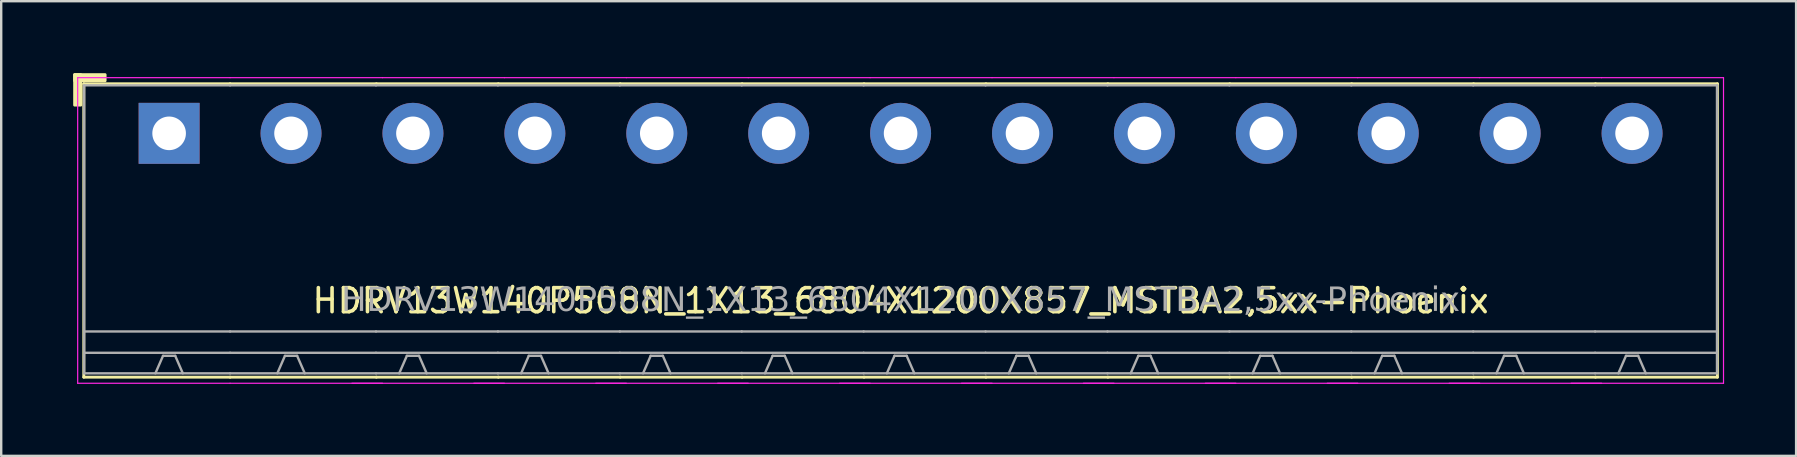
<source format=kicad_pcb>
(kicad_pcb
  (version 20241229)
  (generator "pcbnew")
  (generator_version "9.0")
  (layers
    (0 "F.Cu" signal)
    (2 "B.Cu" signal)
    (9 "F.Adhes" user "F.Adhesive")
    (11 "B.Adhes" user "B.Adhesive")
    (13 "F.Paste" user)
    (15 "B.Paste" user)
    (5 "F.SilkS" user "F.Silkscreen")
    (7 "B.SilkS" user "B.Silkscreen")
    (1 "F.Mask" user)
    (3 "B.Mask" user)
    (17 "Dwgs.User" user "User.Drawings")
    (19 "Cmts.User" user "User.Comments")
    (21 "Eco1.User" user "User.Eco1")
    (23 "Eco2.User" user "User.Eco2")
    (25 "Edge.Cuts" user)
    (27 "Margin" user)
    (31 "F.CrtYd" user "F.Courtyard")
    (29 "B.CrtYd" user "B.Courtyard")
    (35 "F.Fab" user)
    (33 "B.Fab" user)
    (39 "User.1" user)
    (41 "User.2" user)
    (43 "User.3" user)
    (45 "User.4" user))
  (footprint "HDRV13W140P508N_1X13_6804X1200X857_MSTBA2,5xx-Phoenix"
    (layer "F.Cu")
    (at 34.477 2.506)
    (property "Reference" "HDRV13W140P508N_1X13_6804X1200X857_MSTBA2,5xx-Phoenix" (at 0 6.975 0) (layer "F.SilkS") (effects (font (size 1 1) (thickness 0.15))))
    (attr through_hole)
    (fp_line (start -34.036 -2.065) (end -34.036 10.16) (stroke (width 0.12) (type solid)) (layer "F.SilkS"))
    (fp_line (start -34.036 10.16) (end -27.94 10.16) (stroke (width 0.12) (type solid)) (layer "F.SilkS"))
    (fp_line (start -27.94 -2.065) (end -34.036 -2.065) (stroke (width 0.12) (type solid)) (layer "F.SilkS"))
    (fp_line (start -27.94 -2.065) (end -21.844 -2.065) (stroke (width 0.12) (type solid)) (layer "F.SilkS"))
    (fp_line (start -21.844 -2.065) (end -16.764 -2.065) (stroke (width 0.12) (type solid)) (layer "F.SilkS"))
    (fp_line (start -21.844 10.16) (end -27.94 10.16) (stroke (width 0.12) (type solid)) (layer "F.SilkS"))
    (fp_line (start -16.764 -2.065) (end -11.684 -2.065) (stroke (width 0.12) (type solid)) (layer "F.SilkS"))
    (fp_line (start -16.764 10.16) (end -21.844 10.16) (stroke (width 0.12) (type solid)) (layer "F.SilkS"))
    (fp_line (start -11.684 -2.065) (end -6.604 -2.065) (stroke (width 0.12) (type solid)) (layer "F.SilkS"))
    (fp_line (start -11.684 10.16) (end -16.764 10.16) (stroke (width 0.12) (type solid)) (layer "F.SilkS"))
    (fp_line (start -6.604 -2.065) (end -1.524 -2.065) (stroke (width 0.12) (type solid)) (layer "F.SilkS"))
    (fp_line (start -6.604 10.16) (end -11.684 10.16) (stroke (width 0.12) (type solid)) (layer "F.SilkS"))
    (fp_line (start -1.524 -2.065) (end 3.556 -2.065) (stroke (width 0.12) (type solid)) (layer "F.SilkS"))
    (fp_line (start -1.524 10.16) (end -6.604 10.16) (stroke (width 0.12) (type solid)) (layer "F.SilkS"))
    (fp_line (start 3.556 -2.065) (end 8.636 -2.065) (stroke (width 0.12) (type solid)) (layer "F.SilkS"))
    (fp_line (start 3.556 10.16) (end -1.524 10.16) (stroke (width 0.12) (type solid)) (layer "F.SilkS"))
    (fp_line (start 8.636 -2.065) (end 13.716 -2.065) (stroke (width 0.12) (type solid)) (layer "F.SilkS"))
    (fp_line (start 8.636 10.16) (end 3.556 10.16) (stroke (width 0.12) (type solid)) (layer "F.SilkS"))
    (fp_line (start 13.716 -2.065) (end 18.796 -2.065) (stroke (width 0.12) (type solid)) (layer "F.SilkS"))
    (fp_line (start 13.716 10.16) (end 8.636 10.16) (stroke (width 0.12) (type solid)) (layer "F.SilkS"))
    (fp_line (start 18.796 -2.065) (end 23.876 -2.065) (stroke (width 0.12) (type solid)) (layer "F.SilkS"))
    (fp_line (start 18.796 10.16) (end 13.716 10.16) (stroke (width 0.12) (type solid)) (layer "F.SilkS"))
    (fp_line (start 23.876 -2.065) (end 28.956 -2.065) (stroke (width 0.12) (type solid)) (layer "F.SilkS"))
    (fp_line (start 23.876 10.16) (end 18.796 10.16) (stroke (width 0.12) (type solid)) (layer "F.SilkS"))
    (fp_line (start 28.956 -2.065) (end 34.036 -2.065) (stroke (width 0.12) (type solid)) (layer "F.SilkS"))
    (fp_line (start 28.956 10.16) (end 23.876 10.16) (stroke (width 0.12) (type solid)) (layer "F.SilkS"))
    (fp_line (start 34.036 -2.065) (end 34.036 10.16) (stroke (width 0.12) (type solid)) (layer "F.SilkS"))
    (fp_line (start 34.036 10.16) (end 28.956 10.16) (stroke (width 0.12) (type solid)) (layer "F.SilkS"))
    (fp_rect (start -34.417 -2.446) (end -34.163 -1.176) (stroke (width 0.12) (type solid)) (fill yes) (layer "F.SilkS"))
    (fp_rect (start -34.417 -2.446) (end -33.147 -2.192) (stroke (width 0.12) (type solid)) (fill yes) (layer "F.SilkS"))
    (fp_line (start -34.29 10.414) (end -34.29 -2.319) (stroke (width 0.05) (type solid)) (layer "F.CrtYd"))
    (fp_line (start -27.94 -2.319) (end -34.29 -2.319) (stroke (width 0.05) (type solid)) (layer "F.CrtYd"))
    (fp_line (start -27.94 -2.319) (end -21.59 -2.319) (stroke (width 0.05) (type solid)) (layer "F.CrtYd"))
    (fp_line (start -27.94 10.414) (end -34.29 10.414) (stroke (width 0.05) (type solid)) (layer "F.CrtYd"))
    (fp_line (start -27.94 10.414) (end -21.59 10.414) (stroke (width 0.05) (type solid)) (layer "F.CrtYd"))
    (fp_line (start -22.86 10.414) (end -16.51 10.414) (stroke (width 0.05) (type solid)) (layer "F.CrtYd"))
    (fp_line (start -21.59 -2.319) (end -16.51 -2.319) (stroke (width 0.05) (type solid)) (layer "F.CrtYd"))
    (fp_line (start -17.78 10.414) (end -11.43 10.414) (stroke (width 0.05) (type solid)) (layer "F.CrtYd"))
    (fp_line (start -16.51 -2.319) (end -11.43 -2.319) (stroke (width 0.05) (type solid)) (layer "F.CrtYd"))
    (fp_line (start -12.7 10.414) (end -6.35 10.414) (stroke (width 0.05) (type solid)) (layer "F.CrtYd"))
    (fp_line (start -11.43 -2.319) (end -6.35 -2.319) (stroke (width 0.05) (type solid)) (layer "F.CrtYd"))
    (fp_line (start -7.62 10.414) (end -1.27 10.414) (stroke (width 0.05) (type solid)) (layer "F.CrtYd"))
    (fp_line (start -6.35 -2.319) (end -1.27 -2.319) (stroke (width 0.05) (type solid)) (layer "F.CrtYd"))
    (fp_line (start -2.54 10.414) (end 3.81 10.414) (stroke (width 0.05) (type solid)) (layer "F.CrtYd"))
    (fp_line (start -1.27 -2.319) (end 3.81 -2.319) (stroke (width 0.05) (type solid)) (layer "F.CrtYd"))
    (fp_line (start 2.54 10.414) (end 8.89 10.414) (stroke (width 0.05) (type solid)) (layer "F.CrtYd"))
    (fp_line (start 3.81 -2.319) (end 8.89 -2.319) (stroke (width 0.05) (type solid)) (layer "F.CrtYd"))
    (fp_line (start 7.62 10.414) (end 13.97 10.414) (stroke (width 0.05) (type solid)) (layer "F.CrtYd"))
    (fp_line (start 8.89 -2.319) (end 13.97 -2.319) (stroke (width 0.05) (type solid)) (layer "F.CrtYd"))
    (fp_line (start 12.7 10.414) (end 19.05 10.414) (stroke (width 0.05) (type solid)) (layer "F.CrtYd"))
    (fp_line (start 13.97 -2.319) (end 19.05 -2.319) (stroke (width 0.05) (type solid)) (layer "F.CrtYd"))
    (fp_line (start 17.78 10.414) (end 24.13 10.414) (stroke (width 0.05) (type solid)) (layer "F.CrtYd"))
    (fp_line (start 19.05 -2.319) (end 24.13 -2.319) (stroke (width 0.05) (type solid)) (layer "F.CrtYd"))
    (fp_line (start 22.86 10.414) (end 29.21 10.414) (stroke (width 0.05) (type solid)) (layer "F.CrtYd"))
    (fp_line (start 24.13 -2.319) (end 29.21 -2.319) (stroke (width 0.05) (type solid)) (layer "F.CrtYd"))
    (fp_line (start 27.94 10.414) (end 34.29 10.414) (stroke (width 0.05) (type solid)) (layer "F.CrtYd"))
    (fp_line (start 29.21 -2.319) (end 34.29 -2.319) (stroke (width 0.05) (type solid)) (layer "F.CrtYd"))
    (fp_line (start 34.29 10.414) (end 34.29 -2.319) (stroke (width 0.05) (type solid)) (layer "F.CrtYd"))
    (fp_line (start -34.02 -2) (end -34.02 10) (stroke (width 0.1) (type solid)) (layer "F.Fab"))
    (fp_line (start -30.734 9.271) (end -31.052 10) (stroke (width 0.1) (type default)) (layer "F.Fab"))
    (fp_line (start -30.226 9.271) (end -30.734 9.271) (stroke (width 0.1) (type default)) (layer "F.Fab"))
    (fp_line (start -30.226 9.271) (end -29.909 10) (stroke (width 0.1) (type default)) (layer "F.Fab"))
    (fp_line (start -27.94 -2) (end -34.02 -2) (stroke (width 0.1) (type solid)) (layer "F.Fab"))
    (fp_line (start -27.94 -2) (end -21.86 -2) (stroke (width 0.1) (type solid)) (layer "F.Fab"))
    (fp_line (start -27.94 8.255) (end -34.02 8.255) (stroke (width 0.1) (type solid)) (layer "F.Fab"))
    (fp_line (start -27.94 8.255) (end -21.86 8.255) (stroke (width 0.1) (type solid)) (layer "F.Fab"))
    (fp_line (start -27.94 9.144) (end -34.02 9.144) (stroke (width 0.1) (type solid)) (layer "F.Fab"))
    (fp_line (start -27.94 9.144) (end -21.86 9.144) (stroke (width 0.1) (type solid)) (layer "F.Fab"))
    (fp_line (start -27.94 10) (end -34.02 10) (stroke (width 0.1) (type solid)) (layer "F.Fab"))
    (fp_line (start -27.94 10) (end -21.86 10) (stroke (width 0.1) (type solid)) (layer "F.Fab"))
    (fp_line (start -25.654 9.271) (end -25.971 10) (stroke (width 0.1) (type default)) (layer "F.Fab"))
    (fp_line (start -25.146 9.271) (end -25.654 9.271) (stroke (width 0.1) (type default)) (layer "F.Fab"))
    (fp_line (start -25.146 9.271) (end -24.828 10) (stroke (width 0.1) (type default)) (layer "F.Fab"))
    (fp_line (start -21.86 -2) (end -16.78 -2) (stroke (width 0.1) (type solid)) (layer "F.Fab"))
    (fp_line (start -21.86 8.255) (end -16.78 8.255) (stroke (width 0.1) (type solid)) (layer "F.Fab"))
    (fp_line (start -21.86 9.144) (end -16.78 9.144) (stroke (width 0.1) (type solid)) (layer "F.Fab"))
    (fp_line (start -21.86 10) (end -16.78 10) (stroke (width 0.1) (type solid)) (layer "F.Fab"))
    (fp_line (start -20.574 9.271) (end -20.892 10) (stroke (width 0.1) (type default)) (layer "F.Fab"))
    (fp_line (start -20.066 9.271) (end -20.574 9.271) (stroke (width 0.1) (type default)) (layer "F.Fab"))
    (fp_line (start -20.066 9.271) (end -19.748 10) (stroke (width 0.1) (type default)) (layer "F.Fab"))
    (fp_line (start -16.78 -2) (end -11.7 -2) (stroke (width 0.1) (type solid)) (layer "F.Fab"))
    (fp_line (start -16.78 8.255) (end -11.7 8.255) (stroke (width 0.1) (type solid)) (layer "F.Fab"))
    (fp_line (start -16.78 9.144) (end -11.7 9.144) (stroke (width 0.1) (type solid)) (layer "F.Fab"))
    (fp_line (start -16.78 10) (end -11.7 10) (stroke (width 0.1) (type solid)) (layer "F.Fab"))
    (fp_line (start -15.494 9.271) (end -15.812 10) (stroke (width 0.1) (type default)) (layer "F.Fab"))
    (fp_line (start -14.986 9.271) (end -15.494 9.271) (stroke (width 0.1) (type default)) (layer "F.Fab"))
    (fp_line (start -14.986 9.271) (end -14.668 10) (stroke (width 0.1) (type default)) (layer "F.Fab"))
    (fp_line (start -11.7 -2) (end -6.62 -2) (stroke (width 0.1) (type solid)) (layer "F.Fab"))
    (fp_line (start -11.7 8.255) (end -6.62 8.255) (stroke (width 0.1) (type solid)) (layer "F.Fab"))
    (fp_line (start -11.7 9.144) (end -6.62 9.144) (stroke (width 0.1) (type solid)) (layer "F.Fab"))
    (fp_line (start -11.7 10) (end -6.62 10) (stroke (width 0.1) (type solid)) (layer "F.Fab"))
    (fp_line (start -10.414 9.271) (end -10.732 10) (stroke (width 0.1) (type default)) (layer "F.Fab"))
    (fp_line (start -9.906 9.271) (end -10.414 9.271) (stroke (width 0.1) (type default)) (layer "F.Fab"))
    (fp_line (start -9.906 9.271) (end -9.588 10) (stroke (width 0.1) (type default)) (layer "F.Fab"))
    (fp_line (start -6.62 -2) (end -1.54 -2) (stroke (width 0.1) (type solid)) (layer "F.Fab"))
    (fp_line (start -6.62 8.255) (end -1.54 8.255) (stroke (width 0.1) (type solid)) (layer "F.Fab"))
    (fp_line (start -6.62 9.144) (end -1.54 9.144) (stroke (width 0.1) (type solid)) (layer "F.Fab"))
    (fp_line (start -6.62 10) (end -1.54 10) (stroke (width 0.1) (type solid)) (layer "F.Fab"))
    (fp_line (start -5.334 9.271) (end -5.652 10) (stroke (width 0.1) (type default)) (layer "F.Fab"))
    (fp_line (start -4.826 9.271) (end -5.334 9.271) (stroke (width 0.1) (type default)) (layer "F.Fab"))
    (fp_line (start -4.826 9.271) (end -4.508 10) (stroke (width 0.1) (type default)) (layer "F.Fab"))
    (fp_line (start -1.54 -2) (end 3.54 -2) (stroke (width 0.1) (type solid)) (layer "F.Fab"))
    (fp_line (start -1.54 8.255) (end 3.54 8.255) (stroke (width 0.1) (type solid)) (layer "F.Fab"))
    (fp_line (start -1.54 9.144) (end 3.54 9.144) (stroke (width 0.1) (type solid)) (layer "F.Fab"))
    (fp_line (start -1.54 10) (end 3.54 10) (stroke (width 0.1) (type solid)) (layer "F.Fab"))
    (fp_line (start -0.254 9.271) (end -0.572 10) (stroke (width 0.1) (type default)) (layer "F.Fab"))
    (fp_line (start 0.254 9.271) (end -0.254 9.271) (stroke (width 0.1) (type default)) (layer "F.Fab"))
    (fp_line (start 0.254 9.271) (end 0.572 10) (stroke (width 0.1) (type default)) (layer "F.Fab"))
    (fp_line (start 3.54 -2) (end 8.62 -2) (stroke (width 0.1) (type solid)) (layer "F.Fab"))
    (fp_line (start 3.54 8.255) (end 8.62 8.255) (stroke (width 0.1) (type solid)) (layer "F.Fab"))
    (fp_line (start 3.54 9.144) (end 8.62 9.144) (stroke (width 0.1) (type solid)) (layer "F.Fab"))
    (fp_line (start 3.54 10) (end 8.62 10) (stroke (width 0.1) (type solid)) (layer "F.Fab"))
    (fp_line (start 4.826 9.271) (end 4.508 10) (stroke (width 0.1) (type default)) (layer "F.Fab"))
    (fp_line (start 5.334 9.271) (end 4.826 9.271) (stroke (width 0.1) (type default)) (layer "F.Fab"))
    (fp_line (start 5.334 9.271) (end 5.652 10) (stroke (width 0.1) (type default)) (layer "F.Fab"))
    (fp_line (start 8.62 -2) (end 13.7 -2) (stroke (width 0.1) (type solid)) (layer "F.Fab"))
    (fp_line (start 8.62 8.255) (end 13.7 8.255) (stroke (width 0.1) (type solid)) (layer "F.Fab"))
    (fp_line (start 8.62 9.144) (end 13.7 9.144) (stroke (width 0.1) (type solid)) (layer "F.Fab"))
    (fp_line (start 8.62 10) (end 13.7 10) (stroke (width 0.1) (type solid)) (layer "F.Fab"))
    (fp_line (start 9.906 9.271) (end 9.588 10) (stroke (width 0.1) (type default)) (layer "F.Fab"))
    (fp_line (start 10.414 9.271) (end 9.906 9.271) (stroke (width 0.1) (type default)) (layer "F.Fab"))
    (fp_line (start 10.414 9.271) (end 10.732 10) (stroke (width 0.1) (type default)) (layer "F.Fab"))
    (fp_line (start 13.7 -2) (end 18.78 -2) (stroke (width 0.1) (type solid)) (layer "F.Fab"))
    (fp_line (start 13.7 8.255) (end 18.78 8.255) (stroke (width 0.1) (type solid)) (layer "F.Fab"))
    (fp_line (start 13.7 9.144) (end 18.78 9.144) (stroke (width 0.1) (type solid)) (layer "F.Fab"))
    (fp_line (start 13.7 10) (end 18.78 10) (stroke (width 0.1) (type solid)) (layer "F.Fab"))
    (fp_line (start 14.986 9.271) (end 14.668 10) (stroke (width 0.1) (type default)) (layer "F.Fab"))
    (fp_line (start 15.494 9.271) (end 14.986 9.271) (stroke (width 0.1) (type default)) (layer "F.Fab"))
    (fp_line (start 15.494 9.271) (end 15.812 10) (stroke (width 0.1) (type default)) (layer "F.Fab"))
    (fp_line (start 18.78 -2) (end 23.86 -2) (stroke (width 0.1) (type solid)) (layer "F.Fab"))
    (fp_line (start 18.78 8.255) (end 23.86 8.255) (stroke (width 0.1) (type solid)) (layer "F.Fab"))
    (fp_line (start 18.78 9.144) (end 23.86 9.144) (stroke (width 0.1) (type solid)) (layer "F.Fab"))
    (fp_line (start 18.78 10) (end 23.86 10) (stroke (width 0.1) (type solid)) (layer "F.Fab"))
    (fp_line (start 20.066 9.271) (end 19.748 10) (stroke (width 0.1) (type default)) (layer "F.Fab"))
    (fp_line (start 20.574 9.271) (end 20.066 9.271) (stroke (width 0.1) (type default)) (layer "F.Fab"))
    (fp_line (start 20.574 9.271) (end 20.892 10) (stroke (width 0.1) (type default)) (layer "F.Fab"))
    (fp_line (start 23.86 -2) (end 28.94 -2) (stroke (width 0.1) (type solid)) (layer "F.Fab"))
    (fp_line (start 23.86 8.255) (end 28.94 8.255) (stroke (width 0.1) (type solid)) (layer "F.Fab"))
    (fp_line (start 23.86 9.144) (end 28.94 9.144) (stroke (width 0.1) (type solid)) (layer "F.Fab"))
    (fp_line (start 23.86 10) (end 28.94 10) (stroke (width 0.1) (type solid)) (layer "F.Fab"))
    (fp_line (start 25.146 9.271) (end 24.828 10) (stroke (width 0.1) (type default)) (layer "F.Fab"))
    (fp_line (start 25.654 9.271) (end 25.146 9.271) (stroke (width 0.1) (type default)) (layer "F.Fab"))
    (fp_line (start 25.654 9.271) (end 25.971 10) (stroke (width 0.1) (type default)) (layer "F.Fab"))
    (fp_line (start 28.94 -2) (end 34.02 -2) (stroke (width 0.1) (type solid)) (layer "F.Fab"))
    (fp_line (start 28.94 8.255) (end 34.02 8.255) (stroke (width 0.1) (type solid)) (layer "F.Fab"))
    (fp_line (start 28.94 9.144) (end 34.02 9.144) (stroke (width 0.1) (type solid)) (layer "F.Fab"))
    (fp_line (start 28.94 10) (end 34.02 10) (stroke (width 0.1) (type solid)) (layer "F.Fab"))
    (fp_line (start 30.226 9.271) (end 29.909 10) (stroke (width 0.1) (type default)) (layer "F.Fab"))
    (fp_line (start 30.734 9.271) (end 30.226 9.271) (stroke (width 0.1) (type default)) (layer "F.Fab"))
    (fp_line (start 30.734 9.271) (end 31.052 10) (stroke (width 0.1) (type default)) (layer "F.Fab"))
    (fp_line (start 34.02 -2) (end 34.02 10) (stroke (width 0.1) (type solid)) (layer "F.Fab"))
    (fp_rect (start -30.734 -0.254) (end -30.226 0.254) (stroke (width 0.1) (type solid)) (fill no) (layer "F.Fab"))
    (fp_rect (start -25.146 -0.254) (end -25.654 0.254) (stroke (width 0.1) (type solid)) (fill no) (layer "F.Fab"))
    (fp_rect (start -20.066 -0.254) (end -20.574 0.254) (stroke (width 0.1) (type solid)) (fill no) (layer "F.Fab"))
    (fp_rect (start -14.986 -0.254) (end -15.494 0.254) (stroke (width 0.1) (type solid)) (fill no) (layer "F.Fab"))
    (fp_rect (start -9.906 -0.254) (end -10.414 0.254) (stroke (width 0.1) (type solid)) (fill no) (layer "F.Fab"))
    (fp_rect (start -4.826 -0.254) (end -5.334 0.254) (stroke (width 0.1) (type solid)) (fill no) (layer "F.Fab"))
    (fp_rect (start 0.254 -0.254) (end -0.254 0.254) (stroke (width 0.1) (type solid)) (fill no) (layer "F.Fab"))
    (fp_rect (start 5.334 -0.254) (end 4.826 0.254) (stroke (width 0.1) (type solid)) (fill no) (layer "F.Fab"))
    (fp_rect (start 10.414 -0.254) (end 9.906 0.254) (stroke (width 0.1) (type solid)) (fill no) (layer "F.Fab"))
    (fp_rect (start 15.494 -0.254) (end 14.986 0.254) (stroke (width 0.1) (type solid)) (fill no) (layer "F.Fab"))
    (fp_rect (start 20.574 -0.254) (end 20.066 0.254) (stroke (width 0.1) (type solid)) (fill no) (layer "F.Fab"))
    (fp_rect (start 25.654 -0.254) (end 25.146 0.254) (stroke (width 0.1) (type solid)) (fill no) (layer "F.Fab"))
    (fp_rect (start 30.734 -0.254) (end 30.226 0.254) (stroke (width 0.1) (type solid)) (fill no) (layer "F.Fab"))
    (fp_text user "${REFERENCE}" (at 0 6.985 0) (layer "F.Fab") (effects (font (face "Tahoma") (size 1 1) (thickness 0.15))))
    (pad "1" thru_hole rect (at -30.48 0) (size 2.54 2.54) (drill 1.4) (layers "*.Cu" "*.Mask"))
    (pad "2" thru_hole circle (at -25.4 0) (size 2.54 2.54) (drill 1.4) (layers "*.Cu" "*.Mask"))
    (pad "3" thru_hole circle (at -20.32 0) (size 2.54 2.54) (drill 1.4) (layers "*.Cu" "*.Mask"))
    (pad "4" thru_hole circle (at -15.24 0) (size 2.54 2.54) (drill 1.4) (layers "*.Cu" "*.Mask"))
    (pad "5" thru_hole circle (at -10.16 0) (size 2.54 2.54) (drill 1.4) (layers "*.Cu" "*.Mask"))
    (pad "6" thru_hole circle (at -5.08 0) (size 2.54 2.54) (drill 1.4) (layers "*.Cu" "*.Mask"))
    (pad "7" thru_hole circle (at 0 0) (size 2.54 2.54) (drill 1.4) (layers "*.Cu" "*.Mask"))
    (pad "8" thru_hole circle (at 5.08 0) (size 2.54 2.54) (drill 1.4) (layers "*.Cu" "*.Mask"))
    (pad "9" thru_hole circle (at 10.16 0) (size 2.54 2.54) (drill 1.4) (layers "*.Cu" "*.Mask"))
    (pad "10" thru_hole circle (at 15.24 0) (size 2.54 2.54) (drill 1.4) (layers "*.Cu" "*.Mask"))
    (pad "11" thru_hole circle (at 20.32 0) (size 2.54 2.54) (drill 1.4) (layers "*.Cu" "*.Mask"))
    (pad "12" thru_hole circle (at 25.4 0) (size 2.54 2.54) (drill 1.4) (layers "*.Cu" "*.Mask"))
    (pad "13" thru_hole circle (at 30.48 0) (size 2.54 2.54) (drill 1.4) (layers "*.Cu" "*.Mask")))
  (gr_rect
    (start -3 -3)
    (end 71.792 15.945)
    (stroke (width 0.1) (type default))
    (fill no)
    (layer "Edge.Cuts")))
</source>
